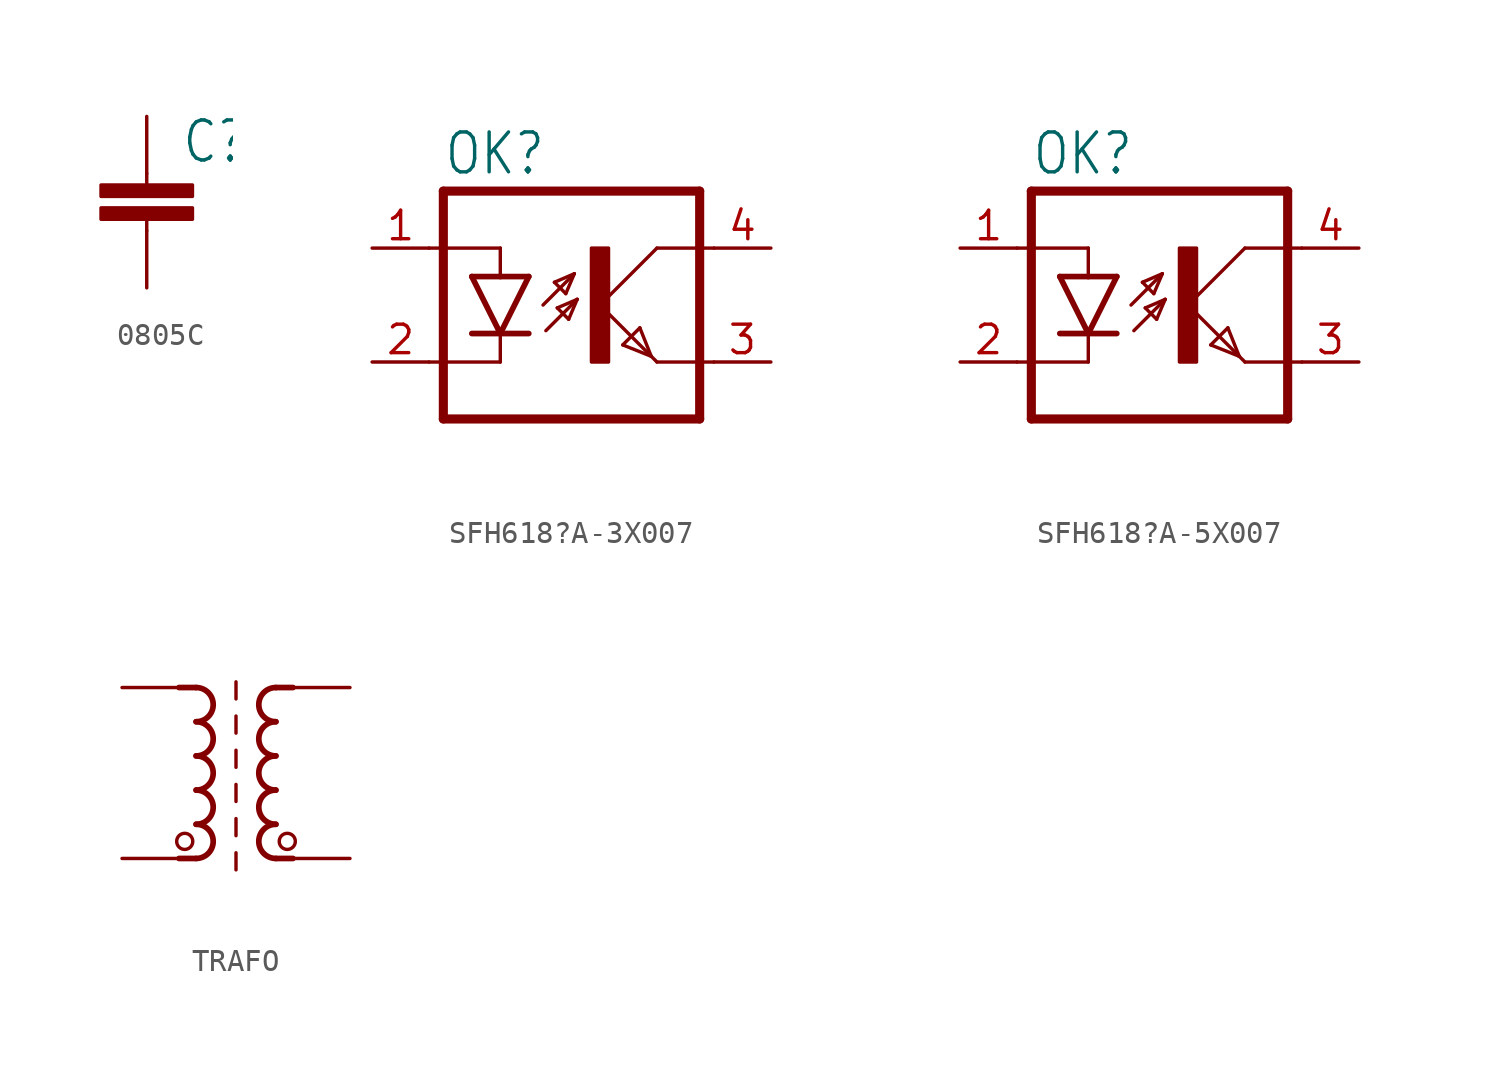
<source format=kicad_sym>
(kicad_symbol_lib
  (version 20220914)
  (generator kicad_symbol_editor)
  (symbol "0805C"
    (property "Reference" "C"
      (at 1.524 0.381 0)
      (effects (font (size 1.778 1.511)) (justify left bottom)))
    (property "Value" ""
      (at 1.524 -4.699 0)
      (effects (font (size 1.778 1.511)) (justify left bottom)))
    (property "ki_locked" ""
      (at 0 0 0)
      (effects (font (size 1.27 1.27))))
    (symbol "0805C_1_0"
      (rectangle (start -2.032 -2.032) (end 2.032 -1.524) (stroke (width 0) (type default)) (fill (type outline)))
      (rectangle (start -2.032 -1.016) (end 2.032 -0.508) (stroke (width 0) (type default)) (fill (type outline)))
      (polyline (pts (xy 0 -2.54) (xy 0 -2.032)) (stroke (width 0.152) (type solid)) (fill (type none)))
      (polyline (pts (xy 0 0) (xy 0 -0.508)) (stroke (width 0.152) (type solid)) (fill (type none)))
      (pin passive line (at 0 2.54 270) (length 2.54) (name "1" (effects (font (size 0 0)))) (number "1" (effects (font (size 0 0)))))
      (pin passive line (at 0 -5.08 90) (length 2.54) (name "2" (effects (font (size 0 0)))) (number "2" (effects (font (size 0 0)))))))
  (symbol "SFH618?A-3X007"
    (property "Reference" "OK"
      (at -6.985 5.715 0)
      (effects (font (size 1.778 1.511)) (justify left bottom)))
    (property "Value" ""
      (at -6.985 -7.62 0)
      (effects (font (size 1.778 1.511)) (justify left bottom)))
    (property "ki_locked" ""
      (at 0 0 0)
      (effects (font (size 1.27 1.27))))
    (symbol "SFH618?A-3X007_1_0"
      (rectangle (start -0.381 -2.54) (end 0.381 2.54) (stroke (width 0) (type default)) (fill (type outline)))
      (polyline (pts (xy -6.985 -5.08) (xy 4.445 -5.08)) (stroke (width 0.406) (type solid)) (fill (type none)))
      (polyline (pts (xy -6.985 5.08) (xy -6.985 -5.08)) (stroke (width 0.406) (type solid)) (fill (type none)))
      (polyline (pts (xy -6.985 5.08) (xy 4.445 5.08)) (stroke (width 0.406) (type solid)) (fill (type none)))
      (polyline (pts (xy -4.445 -2.54) (xy -7.62 -2.54)) (stroke (width 0.152) (type solid)) (fill (type none)))
      (polyline (pts (xy -4.445 -1.27) (xy -5.715 -1.27)) (stroke (width 0.254) (type solid)) (fill (type none)))
      (polyline (pts (xy -4.445 -1.27) (xy -5.715 1.27)) (stroke (width 0.254) (type solid)) (fill (type none)))
      (polyline (pts (xy -4.445 -1.27) (xy -4.445 -2.54)) (stroke (width 0.152) (type solid)) (fill (type none)))
      (polyline (pts (xy -4.445 1.27) (xy -5.715 1.27)) (stroke (width 0.254) (type solid)) (fill (type none)))
      (polyline (pts (xy -4.445 2.54) (xy -7.62 2.54)) (stroke (width 0.152) (type solid)) (fill (type none)))
      (polyline (pts (xy -4.445 2.54) (xy -4.445 1.27)) (stroke (width 0.152) (type solid)) (fill (type none)))
      (polyline (pts (xy -3.175 -1.27) (xy -4.445 -1.27)) (stroke (width 0.254) (type solid)) (fill (type none)))
      (polyline (pts (xy -3.175 1.27) (xy -4.445 -1.27)) (stroke (width 0.254) (type solid)) (fill (type none)))
      (polyline (pts (xy -3.175 1.27) (xy -4.445 1.27)) (stroke (width 0.254) (type solid)) (fill (type none)))
      (polyline (pts (xy -2.54 0) (xy -1.143 1.397)) (stroke (width 0.152) (type solid)) (fill (type none)))
      (polyline (pts (xy -2.413 -1.143) (xy -1.016 0.254)) (stroke (width 0.152) (type solid)) (fill (type none)))
      (polyline (pts (xy -2.032 1.016) (xy -1.524 0.508)) (stroke (width 0.152) (type solid)) (fill (type none)))
      (polyline (pts (xy -1.905 -0.127) (xy -1.397 -0.635)) (stroke (width 0.152) (type solid)) (fill (type none)))
      (polyline (pts (xy -1.524 0.508) (xy -1.143 1.397)) (stroke (width 0.152) (type solid)) (fill (type none)))
      (polyline (pts (xy -1.397 -0.635) (xy -1.016 0.254)) (stroke (width 0.152) (type solid)) (fill (type none)))
      (polyline (pts (xy -1.143 1.397) (xy -2.032 1.016)) (stroke (width 0.152) (type solid)) (fill (type none)))
      (polyline (pts (xy -1.016 0.254) (xy -1.905 -0.127)) (stroke (width 0.152) (type solid)) (fill (type none)))
      (polyline (pts (xy 0 0) (xy 2.286 -2.286)) (stroke (width 0.152) (type solid)) (fill (type none)))
      (polyline (pts (xy 1.016 -1.778) (xy 1.778 -1.016)) (stroke (width 0.152) (type solid)) (fill (type none)))
      (polyline (pts (xy 1.778 -1.016) (xy 2.286 -2.286)) (stroke (width 0.152) (type solid)) (fill (type none)))
      (polyline (pts (xy 2.286 -2.286) (xy 1.016 -1.778)) (stroke (width 0.152) (type solid)) (fill (type none)))
      (polyline (pts (xy 2.286 -2.286) (xy 2.54 -2.54)) (stroke (width 0.152) (type solid)) (fill (type none)))
      (polyline (pts (xy 2.54 -2.54) (xy 5.08 -2.54)) (stroke (width 0.152) (type solid)) (fill (type none)))
      (polyline (pts (xy 2.54 2.54) (xy 0 0)) (stroke (width 0.152) (type solid)) (fill (type none)))
      (polyline (pts (xy 2.54 2.54) (xy 5.08 2.54)) (stroke (width 0.152) (type solid)) (fill (type none)))
      (polyline (pts (xy 4.445 5.08) (xy 4.445 -5.08)) (stroke (width 0.406) (type solid)) (fill (type none)))
      (pin passive line (at -10.16 2.54 0) (length 2.54) (name "A" (effects (font (size 0 0)))) (number "1" (effects (font (size 1.27 1.27)))))
      (pin passive line (at -10.16 -2.54 0) (length 2.54) (name "C" (effects (font (size 0 0)))) (number "2" (effects (font (size 1.27 1.27)))))
      (pin passive line (at 7.62 -2.54 180) (length 2.54) (name "EMIT" (effects (font (size 0 0)))) (number "3" (effects (font (size 1.27 1.27)))))
      (pin passive line (at 7.62 2.54 180) (length 2.54) (name "COL" (effects (font (size 0 0)))) (number "4" (effects (font (size 1.27 1.27)))))))
  (symbol "SFH618?A-5X007"
    (property "Reference" "OK"
      (at -6.985 5.715 0)
      (effects (font (size 1.778 1.511)) (justify left bottom)))
    (property "Value" ""
      (at -6.985 -7.62 0)
      (effects (font (size 1.778 1.511)) (justify left bottom)))
    (property "ki_locked" ""
      (at 0 0 0)
      (effects (font (size 1.27 1.27))))
    (symbol "SFH618?A-5X007_1_0"
      (rectangle (start -0.381 -2.54) (end 0.381 2.54) (stroke (width 0) (type default)) (fill (type outline)))
      (polyline (pts (xy -6.985 -5.08) (xy 4.445 -5.08)) (stroke (width 0.406) (type solid)) (fill (type none)))
      (polyline (pts (xy -6.985 5.08) (xy -6.985 -5.08)) (stroke (width 0.406) (type solid)) (fill (type none)))
      (polyline (pts (xy -6.985 5.08) (xy 4.445 5.08)) (stroke (width 0.406) (type solid)) (fill (type none)))
      (polyline (pts (xy -4.445 -2.54) (xy -7.62 -2.54)) (stroke (width 0.152) (type solid)) (fill (type none)))
      (polyline (pts (xy -4.445 -1.27) (xy -5.715 -1.27)) (stroke (width 0.254) (type solid)) (fill (type none)))
      (polyline (pts (xy -4.445 -1.27) (xy -5.715 1.27)) (stroke (width 0.254) (type solid)) (fill (type none)))
      (polyline (pts (xy -4.445 -1.27) (xy -4.445 -2.54)) (stroke (width 0.152) (type solid)) (fill (type none)))
      (polyline (pts (xy -4.445 1.27) (xy -5.715 1.27)) (stroke (width 0.254) (type solid)) (fill (type none)))
      (polyline (pts (xy -4.445 2.54) (xy -7.62 2.54)) (stroke (width 0.152) (type solid)) (fill (type none)))
      (polyline (pts (xy -4.445 2.54) (xy -4.445 1.27)) (stroke (width 0.152) (type solid)) (fill (type none)))
      (polyline (pts (xy -3.175 -1.27) (xy -4.445 -1.27)) (stroke (width 0.254) (type solid)) (fill (type none)))
      (polyline (pts (xy -3.175 1.27) (xy -4.445 -1.27)) (stroke (width 0.254) (type solid)) (fill (type none)))
      (polyline (pts (xy -3.175 1.27) (xy -4.445 1.27)) (stroke (width 0.254) (type solid)) (fill (type none)))
      (polyline (pts (xy -2.54 0) (xy -1.143 1.397)) (stroke (width 0.152) (type solid)) (fill (type none)))
      (polyline (pts (xy -2.413 -1.143) (xy -1.016 0.254)) (stroke (width 0.152) (type solid)) (fill (type none)))
      (polyline (pts (xy -2.032 1.016) (xy -1.524 0.508)) (stroke (width 0.152) (type solid)) (fill (type none)))
      (polyline (pts (xy -1.905 -0.127) (xy -1.397 -0.635)) (stroke (width 0.152) (type solid)) (fill (type none)))
      (polyline (pts (xy -1.524 0.508) (xy -1.143 1.397)) (stroke (width 0.152) (type solid)) (fill (type none)))
      (polyline (pts (xy -1.397 -0.635) (xy -1.016 0.254)) (stroke (width 0.152) (type solid)) (fill (type none)))
      (polyline (pts (xy -1.143 1.397) (xy -2.032 1.016)) (stroke (width 0.152) (type solid)) (fill (type none)))
      (polyline (pts (xy -1.016 0.254) (xy -1.905 -0.127)) (stroke (width 0.152) (type solid)) (fill (type none)))
      (polyline (pts (xy 0 0) (xy 2.286 -2.286)) (stroke (width 0.152) (type solid)) (fill (type none)))
      (polyline (pts (xy 1.016 -1.778) (xy 1.778 -1.016)) (stroke (width 0.152) (type solid)) (fill (type none)))
      (polyline (pts (xy 1.778 -1.016) (xy 2.286 -2.286)) (stroke (width 0.152) (type solid)) (fill (type none)))
      (polyline (pts (xy 2.286 -2.286) (xy 1.016 -1.778)) (stroke (width 0.152) (type solid)) (fill (type none)))
      (polyline (pts (xy 2.286 -2.286) (xy 2.54 -2.54)) (stroke (width 0.152) (type solid)) (fill (type none)))
      (polyline (pts (xy 2.54 -2.54) (xy 5.08 -2.54)) (stroke (width 0.152) (type solid)) (fill (type none)))
      (polyline (pts (xy 2.54 2.54) (xy 0 0)) (stroke (width 0.152) (type solid)) (fill (type none)))
      (polyline (pts (xy 2.54 2.54) (xy 5.08 2.54)) (stroke (width 0.152) (type solid)) (fill (type none)))
      (polyline (pts (xy 4.445 5.08) (xy 4.445 -5.08)) (stroke (width 0.406) (type solid)) (fill (type none)))
      (pin passive line (at -10.16 2.54 0) (length 2.54) (name "A" (effects (font (size 0 0)))) (number "1" (effects (font (size 1.27 1.27)))))
      (pin passive line (at -10.16 -2.54 0) (length 2.54) (name "C" (effects (font (size 0 0)))) (number "2" (effects (font (size 1.27 1.27)))))
      (pin passive line (at 7.62 -2.54 180) (length 2.54) (name "EMIT" (effects (font (size 0 0)))) (number "3" (effects (font (size 1.27 1.27)))))
      (pin passive line (at 7.62 2.54 180) (length 2.54) (name "COL" (effects (font (size 0 0)))) (number "4" (effects (font (size 1.27 1.27)))))))
  (symbol "TRAFO"
    (property "Reference" ""
      (at -4.064 7.112 0)
      (effects (font (size 1.778 1.511)) (justify left bottom) hide))
    (property "Value" ""
      (at -4.064 -5.08 0)
      (effects (font (size 1.778 1.511)) (justify left bottom)))
    (property "ki_locked" ""
      (at 0 0 0)
      (effects (font (size 1.27 1.27))))
    (symbol "TRAFO_1_0"
      (circle (center -2.286 -1.778) (radius 0.359) (stroke (width 0) (type solid)) (fill (type none)))
      (arc (start -1.778 -2.54) (mid -1.016 -1.778) (end -1.778 -1.016) (stroke (width 0.254) (type solid)) (fill (type none)))
      (arc (start -1.778 -1.016) (mid -1.016 -0.254) (end -1.778 0.508) (stroke (width 0.254) (type solid)) (fill (type none)))
      (arc (start -1.778 0.508) (mid -1.016 1.27) (end -1.778 2.032) (stroke (width 0.254) (type solid)) (fill (type none)))
      (arc (start -1.778 2.032) (mid -1.016 2.794) (end -1.778 3.556) (stroke (width 0.254) (type solid)) (fill (type none)))
      (arc (start -1.778 3.556) (mid -1.016 4.318) (end -1.778 5.08) (stroke (width 0.254) (type solid)) (fill (type none)))
      (polyline (pts (xy -1.778 -2.54) (xy -2.54 -2.54)) (stroke (width 0.254) (type solid)) (fill (type none)))
      (polyline (pts (xy -1.778 5.08) (xy -2.54 5.08)) (stroke (width 0.254) (type solid)) (fill (type none)))
      (polyline (pts (xy 0 -2.286) (xy 0 -3.048)) (stroke (width 0.152) (type solid)) (fill (type none)))
      (polyline (pts (xy 0 -0.762) (xy 0 -1.524)) (stroke (width 0.152) (type solid)) (fill (type none)))
      (polyline (pts (xy 0 0.762) (xy 0 0)) (stroke (width 0.152) (type solid)) (fill (type none)))
      (polyline (pts (xy 0 2.286) (xy 0 1.524)) (stroke (width 0.152) (type solid)) (fill (type none)))
      (polyline (pts (xy 0 3.81) (xy 0 3.048)) (stroke (width 0.152) (type solid)) (fill (type none)))
      (polyline (pts (xy 0 5.334) (xy 0 4.572)) (stroke (width 0.152) (type solid)) (fill (type none)))
      (polyline (pts (xy 1.778 -2.54) (xy 2.54 -2.54)) (stroke (width 0.254) (type solid)) (fill (type none)))
      (polyline (pts (xy 1.778 5.08) (xy 2.54 5.08)) (stroke (width 0.254) (type solid)) (fill (type none)))
      (arc (start 1.778 -1.016) (mid 1.016 -1.778) (end 1.778 -2.54) (stroke (width 0.254) (type solid)) (fill (type none)))
      (arc (start 1.778 0.508) (mid 1.016 -0.254) (end 1.778 -1.016) (stroke (width 0.254) (type solid)) (fill (type none)))
      (arc (start 1.778 2.032) (mid 1.016 1.27) (end 1.778 0.508) (stroke (width 0.254) (type solid)) (fill (type none)))
      (arc (start 1.778 3.556) (mid 1.016 2.794) (end 1.778 2.032) (stroke (width 0.254) (type solid)) (fill (type none)))
      (arc (start 1.778 5.08) (mid 1.016 4.318) (end 1.778 3.556) (stroke (width 0.254) (type solid)) (fill (type none)))
      (circle (center 2.286 -1.778) (radius 0.359) (stroke (width 0) (type solid)) (fill (type none)))
      (pin passive line (at -5.08 5.08 0) (length 2.54) (name "A1" (effects (font (size 0 0)))) (number "P$1" (effects (font (size 0 0)))))
      (pin passive line (at -5.08 -2.54 0) (length 2.54) (name "E1" (effects (font (size 0 0)))) (number "P$2" (effects (font (size 0 0)))))
      (pin passive line (at 5.08 5.08 180) (length 2.54) (name "A2" (effects (font (size 0 0)))) (number "P$3" (effects (font (size 0 0)))))
      (pin passive line (at 5.08 -2.54 180) (length 2.54) (name "E2" (effects (font (size 0 0)))) (number "P$4" (effects (font (size 0 0))))))))
</source>
